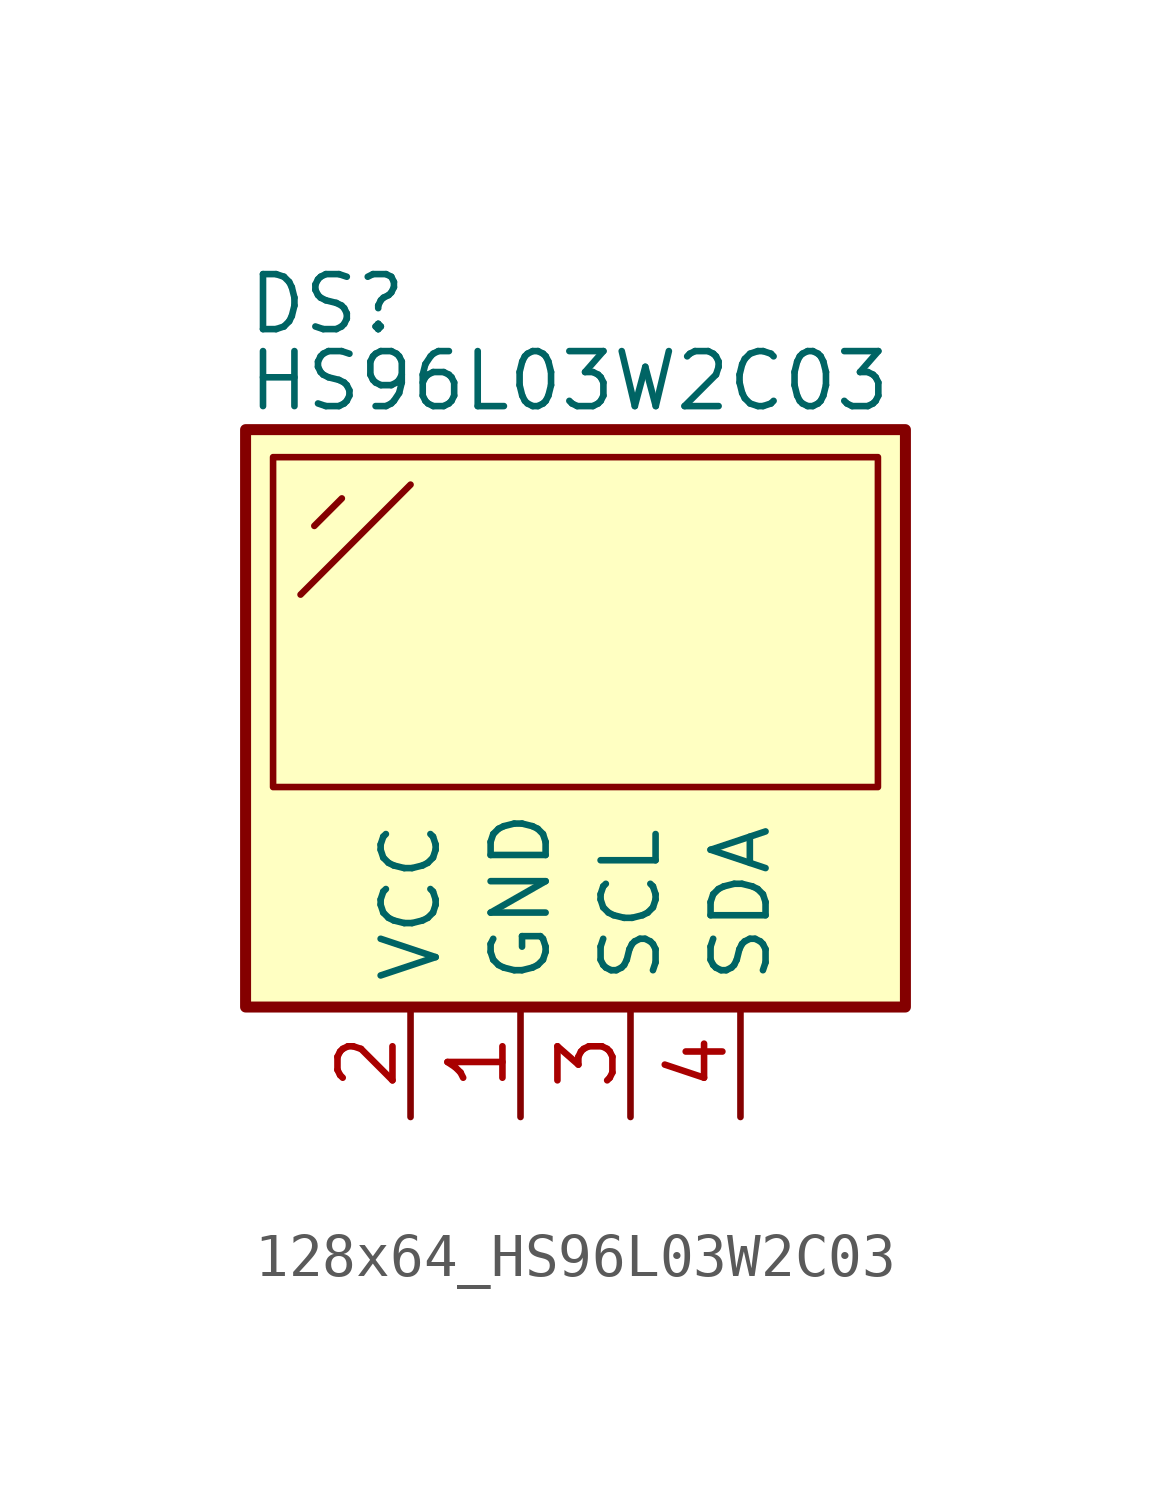
<source format=kicad_sym>
(kicad_symbol_lib
  (version 20241209)
  (generator "kicad_symbol_editor")
  (generator_version "9.0")
  (symbol "128x64_HS96L03W2C03"
    (property "Reference" "DS"
      (at -7.62 15.494 0)
      (effects (font (size 1.27 1.27)) (justify left bottom)))
    (property "Value" "HS96L03W2C03"
      (at -7.62 13.716 0)
      (effects (font (size 1.27 1.27)) (justify left bottom)))
    (symbol "128x64_HS96L03W2C03_0_1"
      (rectangle (start -7.62 13.335) (end 7.62 0) (stroke (width 0.254) (type default)) (fill (type background)))
      (rectangle (start -6.985 12.7) (end 6.985 5.08) (stroke (width 0) (type default)) (fill (type none)))
      (polyline (pts (xy -6.35 9.525) (xy -3.81 12.065)) (stroke (width 0) (type default)) (fill (type none)))
      (polyline (pts (xy -6.032 11.112) (xy -5.397 11.747)) (stroke (width 0) (type default)) (fill (type none))))
    (symbol "128x64_HS96L03W2C03_1_1"
      (pin power_in line (at -3.81 -2.54 90) (length 2.54) (name "VCC" (effects (font (size 1.27 1.27)))) (number "2" (effects (font (size 1.27 1.27)))))
      (pin power_in line (at -1.27 -2.54 90) (length 2.54) (name "GND" (effects (font (size 1.27 1.27)))) (number "1" (effects (font (size 1.27 1.27)))))
      (pin power_in line (at 1.27 -2.54 90) (length 2.54) (name "SCL" (effects (font (size 1.27 1.27)))) (number "3" (effects (font (size 1.27 1.27)))))
      (pin power_in line (at 3.81 -2.54 90) (length 2.54) (name "SDA" (effects (font (size 1.27 1.27)))) (number "4" (effects (font (size 1.27 1.27))))))))
</source>
